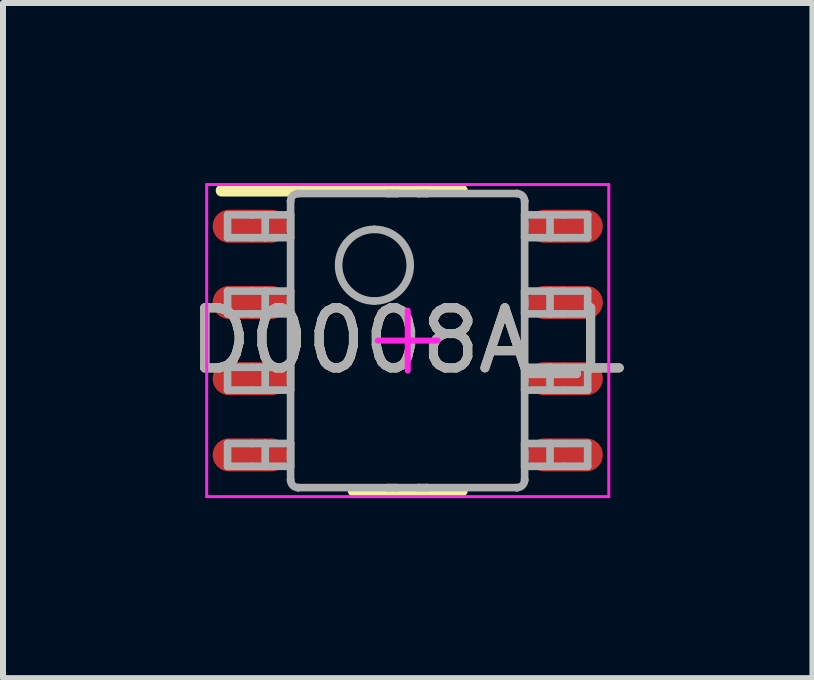
<source format=kicad_pcb>
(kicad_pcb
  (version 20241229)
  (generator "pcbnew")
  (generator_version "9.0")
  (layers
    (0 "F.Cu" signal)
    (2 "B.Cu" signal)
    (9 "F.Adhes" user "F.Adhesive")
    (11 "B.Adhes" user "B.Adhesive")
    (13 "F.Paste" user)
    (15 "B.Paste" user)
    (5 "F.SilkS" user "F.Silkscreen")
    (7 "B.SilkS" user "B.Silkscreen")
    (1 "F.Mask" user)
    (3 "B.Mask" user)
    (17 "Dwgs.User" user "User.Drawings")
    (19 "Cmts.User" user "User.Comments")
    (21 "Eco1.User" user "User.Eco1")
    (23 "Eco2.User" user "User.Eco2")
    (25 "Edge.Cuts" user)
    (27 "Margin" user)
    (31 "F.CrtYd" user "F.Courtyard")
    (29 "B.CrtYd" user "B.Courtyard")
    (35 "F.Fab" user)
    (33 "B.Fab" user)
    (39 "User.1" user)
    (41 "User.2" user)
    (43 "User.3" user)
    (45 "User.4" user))
  (footprint "D0008A_L"
    (layer "F.Cu")
    (at 3.744 2.625)
    (property "Reference" "D0008A_L" (at 0 0 0) (unlocked yes) (layer "F.SilkS") (effects (font (size 1 1) (thickness 0.15))))
    (attr smd)
    (fp_line (start -3.1 -2.5) (end 0.9 -2.5) (stroke (width 0.2) (type solid)) (layer "F.SilkS"))
    (fp_line (start -0.9 2.5) (end 0.9 2.5) (stroke (width 0.2) (type solid)) (layer "F.SilkS"))
    (fp_line (start -3.35 -2.6) (end 3.35 -2.6) (stroke (width 0.05) (type solid)) (layer "F.CrtYd"))
    (fp_line (start -3.35 2.6) (end -3.35 -2.6) (stroke (width 0.05) (type solid)) (layer "F.CrtYd"))
    (fp_line (start -3.35 2.6) (end 3.35 2.6) (stroke (width 0.05) (type solid)) (layer "F.CrtYd"))
    (fp_line (start -0.5 0) (end 0.5 0) (stroke (width 0.1) (type solid)) (layer "F.CrtYd"))
    (fp_line (start 0 0.5) (end 0 -0.5) (stroke (width 0.1) (type solid)) (layer "F.CrtYd"))
    (fp_line (start 3.35 2.6) (end 3.35 -2.6) (stroke (width 0.05) (type solid)) (layer "F.CrtYd"))
    (fp_line (start -3.002 -2.095) (end -2.589 -2.095) (stroke (width 0.127) (type solid)) (layer "F.Fab"))
    (fp_line (start -3.002 -1.715) (end -3.002 -2.095) (stroke (width 0.127) (type solid)) (layer "F.Fab"))
    (fp_line (start -3.002 -1.715) (end -2.589 -1.715) (stroke (width 0.127) (type solid)) (layer "F.Fab"))
    (fp_line (start -3.002 -0.825) (end -2.589 -0.825) (stroke (width 0.127) (type solid)) (layer "F.Fab"))
    (fp_line (start -3.002 -0.445) (end -3.002 -0.825) (stroke (width 0.127) (type solid)) (layer "F.Fab"))
    (fp_line (start -3.002 -0.445) (end -2.589 -0.445) (stroke (width 0.127) (type solid)) (layer "F.Fab"))
    (fp_line (start -3.002 0.445) (end -2.589 0.445) (stroke (width 0.127) (type solid)) (layer "F.Fab"))
    (fp_line (start -3.002 0.825) (end -3.002 0.445) (stroke (width 0.127) (type solid)) (layer "F.Fab"))
    (fp_line (start -3.002 0.825) (end -2.589 0.825) (stroke (width 0.127) (type solid)) (layer "F.Fab"))
    (fp_line (start -3.002 1.715) (end -2.589 1.715) (stroke (width 0.127) (type solid)) (layer "F.Fab"))
    (fp_line (start -3.002 2.095) (end -3.002 1.715) (stroke (width 0.127) (type solid)) (layer "F.Fab"))
    (fp_line (start -3.002 2.095) (end -2.589 2.095) (stroke (width 0.127) (type solid)) (layer "F.Fab"))
    (fp_line (start -2.589 -2.095) (end -2.375 -2.095) (stroke (width 0.127) (type solid)) (layer "F.Fab"))
    (fp_line (start -2.589 -1.715) (end -2.375 -1.715) (stroke (width 0.127) (type solid)) (layer "F.Fab"))
    (fp_line (start -2.589 -0.825) (end -2.375 -0.825) (stroke (width 0.127) (type solid)) (layer "F.Fab"))
    (fp_line (start -2.589 -0.445) (end -2.375 -0.445) (stroke (width 0.127) (type solid)) (layer "F.Fab"))
    (fp_line (start -2.589 0.445) (end -2.375 0.445) (stroke (width 0.127) (type solid)) (layer "F.Fab"))
    (fp_line (start -2.589 0.825) (end -2.375 0.825) (stroke (width 0.127) (type solid)) (layer "F.Fab"))
    (fp_line (start -2.589 1.715) (end -2.375 1.715) (stroke (width 0.127) (type solid)) (layer "F.Fab"))
    (fp_line (start -2.589 2.095) (end -2.375 2.095) (stroke (width 0.127) (type solid)) (layer "F.Fab"))
    (fp_line (start -2.375 -2.095) (end -1.995 -2.095) (stroke (width 0.127) (type solid)) (layer "F.Fab"))
    (fp_line (start -2.375 -1.715) (end -2.375 -2.095) (stroke (width 0.127) (type solid)) (layer "F.Fab"))
    (fp_line (start -2.375 -1.715) (end -1.995 -1.715) (stroke (width 0.127) (type solid)) (layer "F.Fab"))
    (fp_line (start -2.375 -0.825) (end -1.995 -0.825) (stroke (width 0.127) (type solid)) (layer "F.Fab"))
    (fp_line (start -2.375 -0.445) (end -2.375 -0.825) (stroke (width 0.127) (type solid)) (layer "F.Fab"))
    (fp_line (start -2.375 -0.445) (end -1.995 -0.445) (stroke (width 0.127) (type solid)) (layer "F.Fab"))
    (fp_line (start -2.375 0.445) (end -1.995 0.445) (stroke (width 0.127) (type solid)) (layer "F.Fab"))
    (fp_line (start -2.375 0.825) (end -2.375 0.445) (stroke (width 0.127) (type solid)) (layer "F.Fab"))
    (fp_line (start -2.375 0.825) (end -1.995 0.825) (stroke (width 0.127) (type solid)) (layer "F.Fab"))
    (fp_line (start -2.375 1.715) (end -1.995 1.715) (stroke (width 0.127) (type solid)) (layer "F.Fab"))
    (fp_line (start -2.375 2.095) (end -2.375 1.715) (stroke (width 0.127) (type solid)) (layer "F.Fab"))
    (fp_line (start -2.375 2.095) (end -1.995 2.095) (stroke (width 0.127) (type solid)) (layer "F.Fab"))
    (fp_line (start -1.995 -2.095) (end -1.952 -2.095) (stroke (width 0.127) (type solid)) (layer "F.Fab"))
    (fp_line (start -1.995 -1.715) (end -1.952 -1.715) (stroke (width 0.127) (type solid)) (layer "F.Fab"))
    (fp_line (start -1.995 -0.825) (end -1.952 -0.825) (stroke (width 0.127) (type solid)) (layer "F.Fab"))
    (fp_line (start -1.995 -0.445) (end -1.952 -0.445) (stroke (width 0.127) (type solid)) (layer "F.Fab"))
    (fp_line (start -1.995 0.445) (end -1.952 0.445) (stroke (width 0.127) (type solid)) (layer "F.Fab"))
    (fp_line (start -1.995 0.825) (end -1.952 0.825) (stroke (width 0.127) (type solid)) (layer "F.Fab"))
    (fp_line (start -1.995 1.715) (end -1.952 1.715) (stroke (width 0.127) (type solid)) (layer "F.Fab"))
    (fp_line (start -1.995 2.095) (end -1.952 2.095) (stroke (width 0.127) (type solid)) (layer "F.Fab"))
    (fp_line (start -1.952 -2.323) (end -1.952 -2.324) (stroke (width 0.127) (type solid)) (layer "F.Fab"))
    (fp_line (start -1.952 -1.715) (end -1.952 -2.095) (stroke (width 0.127) (type solid)) (layer "F.Fab"))
    (fp_line (start -1.952 -0.445) (end -1.952 -0.825) (stroke (width 0.127) (type solid)) (layer "F.Fab"))
    (fp_line (start -1.952 0.825) (end -1.952 0.445) (stroke (width 0.127) (type solid)) (layer "F.Fab"))
    (fp_line (start -1.952 2.095) (end -1.952 1.715) (stroke (width 0.127) (type solid)) (layer "F.Fab"))
    (fp_line (start -1.952 2.323) (end -1.952 -2.323) (stroke (width 0.127) (type solid)) (layer "F.Fab"))
    (fp_line (start -1.952 2.324) (end -1.952 2.323) (stroke (width 0.127) (type solid)) (layer "F.Fab"))
    (fp_line (start -1.826 -2.45) (end -1.825 -2.45) (stroke (width 0.127) (type solid)) (layer "F.Fab"))
    (fp_line (start -1.826 2.45) (end -1.825 2.45) (stroke (width 0.127) (type solid)) (layer "F.Fab"))
    (fp_line (start -1.825 -2.45) (end -0.332 -2.45) (stroke (width 0.127) (type solid)) (layer "F.Fab"))
    (fp_line (start -1.825 2.45) (end -0.332 2.45) (stroke (width 0.127) (type solid)) (layer "F.Fab"))
    (fp_line (start -0.332 -2.45) (end -0.182 -2.45) (stroke (width 0.127) (type solid)) (layer "F.Fab"))
    (fp_line (start -0.332 -2.45) (end -0.182 -2.45) (stroke (width 0.127) (type solid)) (layer "F.Fab"))
    (fp_line (start -0.332 2.45) (end -0.182 2.45) (stroke (width 0.127) (type solid)) (layer "F.Fab"))
    (fp_line (start -0.332 2.45) (end -0.182 2.45) (stroke (width 0.127) (type solid)) (layer "F.Fab"))
    (fp_line (start -0.182 -2.45) (end 0.178 -2.45) (stroke (width 0.127) (type solid)) (layer "F.Fab"))
    (fp_line (start -0.182 2.45) (end 0.178 2.45) (stroke (width 0.127) (type solid)) (layer "F.Fab"))
    (fp_line (start 0.178 -2.45) (end 0.328 -2.45) (stroke (width 0.127) (type solid)) (layer "F.Fab"))
    (fp_line (start 0.178 -2.45) (end 0.328 -2.45) (stroke (width 0.127) (type solid)) (layer "F.Fab"))
    (fp_line (start 0.178 2.45) (end 0.328 2.45) (stroke (width 0.127) (type solid)) (layer "F.Fab"))
    (fp_line (start 0.178 2.45) (end 0.328 2.45) (stroke (width 0.127) (type solid)) (layer "F.Fab"))
    (fp_line (start 0.328 -2.45) (end 1.821 -2.45) (stroke (width 0.127) (type solid)) (layer "F.Fab"))
    (fp_line (start 0.328 2.45) (end 1.821 2.45) (stroke (width 0.127) (type solid)) (layer "F.Fab"))
    (fp_line (start 1.821 -2.45) (end 1.822 -2.45) (stroke (width 0.127) (type solid)) (layer "F.Fab"))
    (fp_line (start 1.821 2.45) (end 1.822 2.45) (stroke (width 0.127) (type solid)) (layer "F.Fab"))
    (fp_line (start 1.948 -2.323) (end 1.948 -2.324) (stroke (width 0.127) (type solid)) (layer "F.Fab"))
    (fp_line (start 1.948 -2.095) (end 1.991 -2.095) (stroke (width 0.127) (type solid)) (layer "F.Fab"))
    (fp_line (start 1.948 -1.715) (end 1.948 -2.095) (stroke (width 0.127) (type solid)) (layer "F.Fab"))
    (fp_line (start 1.948 -1.715) (end 1.991 -1.715) (stroke (width 0.127) (type solid)) (layer "F.Fab"))
    (fp_line (start 1.948 -0.825) (end 1.991 -0.825) (stroke (width 0.127) (type solid)) (layer "F.Fab"))
    (fp_line (start 1.948 -0.445) (end 1.948 -0.825) (stroke (width 0.127) (type solid)) (layer "F.Fab"))
    (fp_line (start 1.948 -0.445) (end 1.991 -0.445) (stroke (width 0.127) (type solid)) (layer "F.Fab"))
    (fp_line (start 1.948 0.445) (end 1.991 0.445) (stroke (width 0.127) (type solid)) (layer "F.Fab"))
    (fp_line (start 1.948 0.825) (end 1.948 0.445) (stroke (width 0.127) (type solid)) (layer "F.Fab"))
    (fp_line (start 1.948 0.825) (end 1.991 0.825) (stroke (width 0.127) (type solid)) (layer "F.Fab"))
    (fp_line (start 1.948 1.715) (end 1.991 1.715) (stroke (width 0.127) (type solid)) (layer "F.Fab"))
    (fp_line (start 1.948 2.095) (end 1.948 1.715) (stroke (width 0.127) (type solid)) (layer "F.Fab"))
    (fp_line (start 1.948 2.095) (end 1.991 2.095) (stroke (width 0.127) (type solid)) (layer "F.Fab"))
    (fp_line (start 1.948 2.323) (end 1.948 -2.323) (stroke (width 0.127) (type solid)) (layer "F.Fab"))
    (fp_line (start 1.948 2.324) (end 1.948 2.323) (stroke (width 0.127) (type solid)) (layer "F.Fab"))
    (fp_line (start 1.991 -2.095) (end 2.371 -2.095) (stroke (width 0.127) (type solid)) (layer "F.Fab"))
    (fp_line (start 1.991 -1.715) (end 2.371 -1.715) (stroke (width 0.127) (type solid)) (layer "F.Fab"))
    (fp_line (start 1.991 -0.825) (end 2.371 -0.825) (stroke (width 0.127) (type solid)) (layer "F.Fab"))
    (fp_line (start 1.991 -0.445) (end 2.371 -0.445) (stroke (width 0.127) (type solid)) (layer "F.Fab"))
    (fp_line (start 1.991 0.445) (end 2.371 0.445) (stroke (width 0.127) (type solid)) (layer "F.Fab"))
    (fp_line (start 1.991 0.825) (end 2.371 0.825) (stroke (width 0.127) (type solid)) (layer "F.Fab"))
    (fp_line (start 1.991 1.715) (end 2.371 1.715) (stroke (width 0.127) (type solid)) (layer "F.Fab"))
    (fp_line (start 1.991 2.095) (end 2.371 2.095) (stroke (width 0.127) (type solid)) (layer "F.Fab"))
    (fp_line (start 2.371 -2.095) (end 2.585 -2.095) (stroke (width 0.127) (type solid)) (layer "F.Fab"))
    (fp_line (start 2.371 -1.715) (end 2.371 -2.095) (stroke (width 0.127) (type solid)) (layer "F.Fab"))
    (fp_line (start 2.371 -1.715) (end 2.585 -1.715) (stroke (width 0.127) (type solid)) (layer "F.Fab"))
    (fp_line (start 2.371 -0.825) (end 2.585 -0.825) (stroke (width 0.127) (type solid)) (layer "F.Fab"))
    (fp_line (start 2.371 -0.445) (end 2.371 -0.825) (stroke (width 0.127) (type solid)) (layer "F.Fab"))
    (fp_line (start 2.371 -0.445) (end 2.585 -0.445) (stroke (width 0.127) (type solid)) (layer "F.Fab"))
    (fp_line (start 2.371 0.445) (end 2.585 0.445) (stroke (width 0.127) (type solid)) (layer "F.Fab"))
    (fp_line (start 2.371 0.825) (end 2.371 0.445) (stroke (width 0.127) (type solid)) (layer "F.Fab"))
    (fp_line (start 2.371 0.825) (end 2.585 0.825) (stroke (width 0.127) (type solid)) (layer "F.Fab"))
    (fp_line (start 2.371 1.715) (end 2.585 1.715) (stroke (width 0.127) (type solid)) (layer "F.Fab"))
    (fp_line (start 2.371 2.095) (end 2.371 1.715) (stroke (width 0.127) (type solid)) (layer "F.Fab"))
    (fp_line (start 2.371 2.095) (end 2.585 2.095) (stroke (width 0.127) (type solid)) (layer "F.Fab"))
    (fp_line (start 2.585 -2.095) (end 2.998 -2.095) (stroke (width 0.127) (type solid)) (layer "F.Fab"))
    (fp_line (start 2.585 -1.715) (end 2.998 -1.715) (stroke (width 0.127) (type solid)) (layer "F.Fab"))
    (fp_line (start 2.585 -0.825) (end 2.998 -0.825) (stroke (width 0.127) (type solid)) (layer "F.Fab"))
    (fp_line (start 2.585 -0.445) (end 2.998 -0.445) (stroke (width 0.127) (type solid)) (layer "F.Fab"))
    (fp_line (start 2.585 0.445) (end 2.998 0.445) (stroke (width 0.127) (type solid)) (layer "F.Fab"))
    (fp_line (start 2.585 0.825) (end 2.998 0.825) (stroke (width 0.127) (type solid)) (layer "F.Fab"))
    (fp_line (start 2.585 1.715) (end 2.998 1.715) (stroke (width 0.127) (type solid)) (layer "F.Fab"))
    (fp_line (start 2.585 2.095) (end 2.998 2.095) (stroke (width 0.127) (type solid)) (layer "F.Fab"))
    (fp_line (start 2.998 -1.715) (end 2.998 -2.095) (stroke (width 0.127) (type solid)) (layer "F.Fab"))
    (fp_line (start 2.998 -0.445) (end 2.998 -0.825) (stroke (width 0.127) (type solid)) (layer "F.Fab"))
    (fp_line (start 2.998 0.825) (end 2.998 0.445) (stroke (width 0.127) (type solid)) (layer "F.Fab"))
    (fp_line (start 2.998 2.095) (end 2.998 1.715) (stroke (width 0.127) (type solid)) (layer "F.Fab"))
    (fp_arc (start -1.952002 -2.323941) (mid -1.914806 -2.412806) (end -1.825941 -2.450002) (stroke (width 0.127) (type solid)) (layer "F.Fab"))
    (fp_arc (start -1.825941 2.449992) (mid -1.914806 2.412795) (end -1.952002 2.323931) (stroke (width 0.127) (type solid)) (layer "F.Fab"))
    (fp_arc (start -0.555 -1.8531) (mid 0.0419 -1.2562) (end -0.555 -0.6593) (stroke (width 0.127) (type solid)) (layer "F.Fab"))
    (fp_arc (start -0.555 -0.6593) (mid -1.1519 -1.2562) (end -0.555 -1.8531) (stroke (width 0.127) (type solid)) (layer "F.Fab"))
    (fp_arc (start 1.821933 -2.450002) (mid 1.910797 -2.412806) (end 1.947994 -2.323941) (stroke (width 0.127) (type solid)) (layer "F.Fab"))
    (fp_arc (start 1.947994 2.323931) (mid 1.910797 2.412795) (end 1.821933 2.449992) (stroke (width 0.127) (type solid)) (layer "F.Fab"))
    (fp_text user "${REFERENCE}" (at 0 0 0) (unlocked yes) (layer "F.Fab") (effects (font (size 1 1) (thickness 0.15))))
    (pad "1" smd oval (at -2.625 -1.905 90) (size 0.55 1.25) (layers "F.Cu" "F.Mask" "F.Paste"))
    (pad "2" smd oval (at -2.625 -0.635 90) (size 0.55 1.25) (layers "F.Cu" "F.Mask" "F.Paste"))
    (pad "3" smd oval (at -2.625 0.635 90) (size 0.55 1.25) (layers "F.Cu" "F.Mask" "F.Paste"))
    (pad "4" smd oval (at -2.625 1.905 90) (size 0.55 1.25) (layers "F.Cu" "F.Mask" "F.Paste"))
    (pad "5" smd oval (at 2.625 1.905 90) (size 0.55 1.25) (layers "F.Cu" "F.Mask" "F.Paste"))
    (pad "6" smd oval (at 2.625 0.635 90) (size 0.55 1.25) (layers "F.Cu" "F.Mask" "F.Paste"))
    (pad "7" smd oval (at 2.625 -0.635 90) (size 0.55 1.25) (layers "F.Cu" "F.Mask" "F.Paste"))
    (pad "8" smd oval (at 2.625 -1.905 90) (size 0.55 1.25) (layers "F.Cu" "F.Mask" "F.Paste")))
  (gr_rect
    (start -3 -3)
    (end 10.488 8.25)
    (stroke (width 0.1) (type default))
    (fill no)
    (layer "Edge.Cuts")))
</source>
